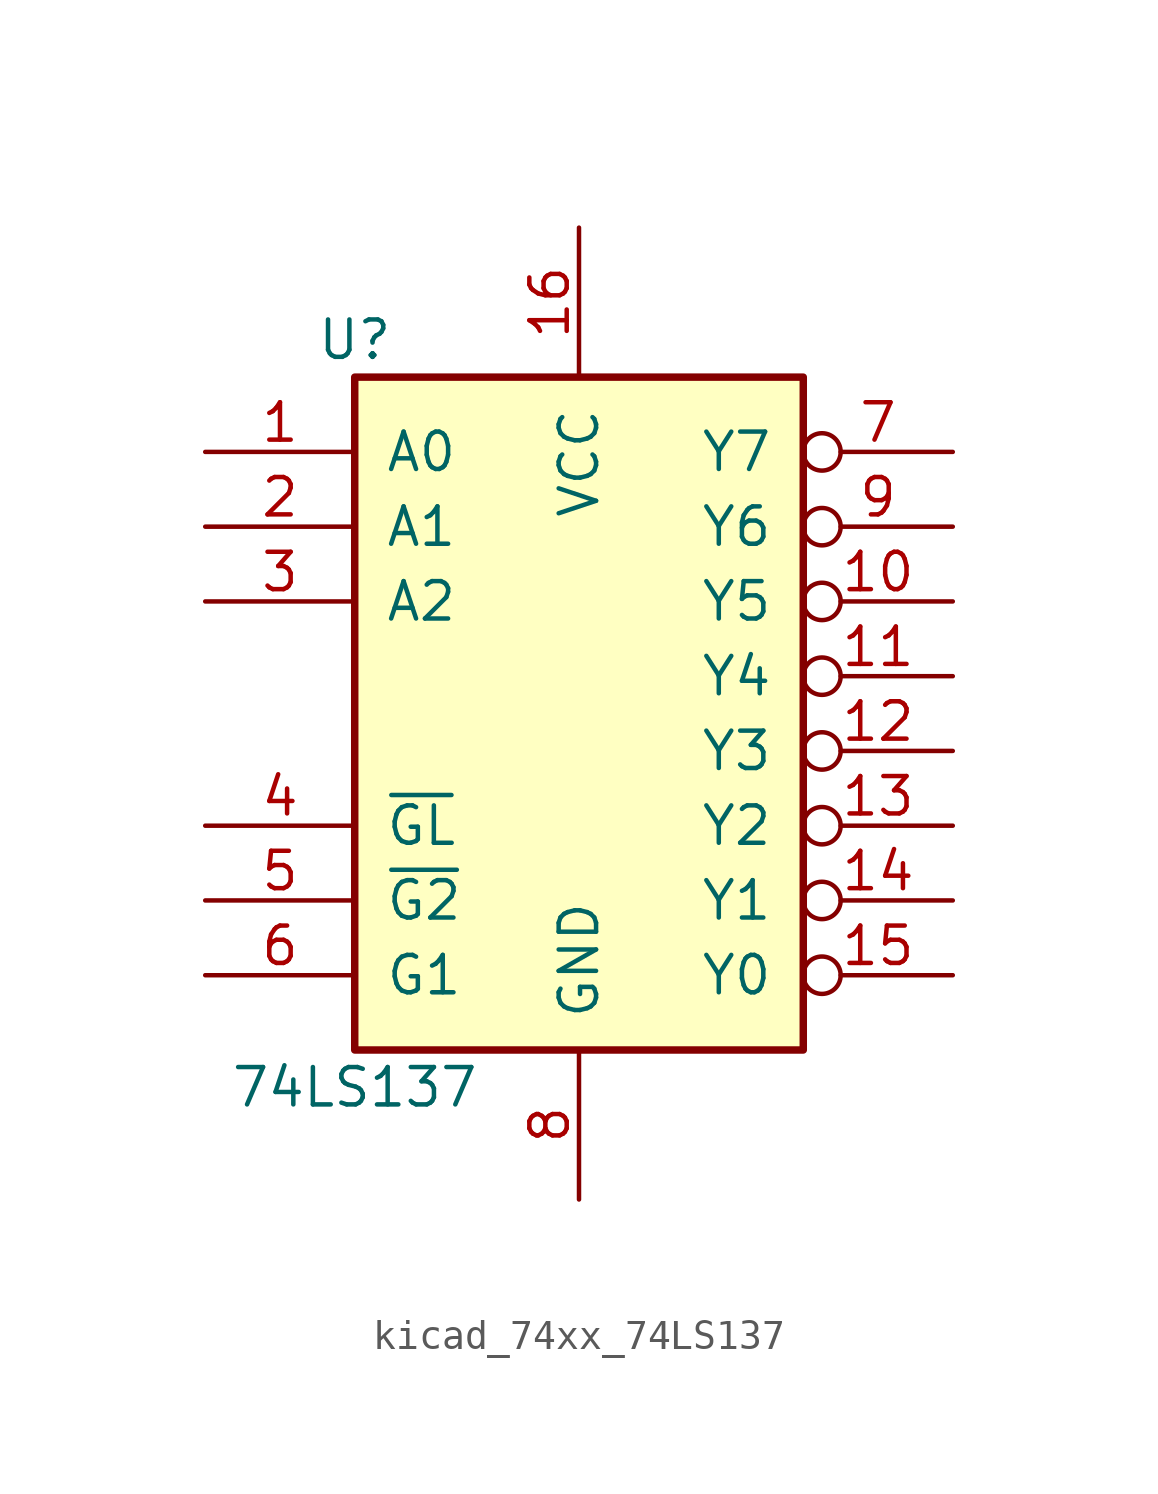
<source format=kicad_sym>
(kicad_symbol_lib
  (version 20220914)
  (generator kicad_symbol_editor)
  (symbol "kicad_74xx_74LS137"
    (pin_names
      (offset 1.016))
    (property "Reference" "U"
      (at -7.62 11.43 0)
      (effects (font (size 1.27 1.27))))
    (property "Value" "74LS137"
      (at -7.62 -13.97 0)
      (effects (font (size 1.27 1.27))))
    (property "ki_locked" ""
      (at 0 0 0)
      (effects (font (size 1.27 1.27))))
    (symbol "kicad_74xx_74LS137_1_0"
      (pin input line (at -12.7 7.62 0) (length 5.08) (name "A0" (effects (font (size 1.27 1.27)))) (number "1" (effects (font (size 1.27 1.27)))))
      (pin output inverted (at 12.7 2.54 180) (length 5.08) (name "Y5" (effects (font (size 1.27 1.27)))) (number "10" (effects (font (size 1.27 1.27)))))
      (pin output inverted (at 12.7 0 180) (length 5.08) (name "Y4" (effects (font (size 1.27 1.27)))) (number "11" (effects (font (size 1.27 1.27)))))
      (pin output inverted (at 12.7 -2.54 180) (length 5.08) (name "Y3" (effects (font (size 1.27 1.27)))) (number "12" (effects (font (size 1.27 1.27)))))
      (pin output inverted (at 12.7 -5.08 180) (length 5.08) (name "Y2" (effects (font (size 1.27 1.27)))) (number "13" (effects (font (size 1.27 1.27)))))
      (pin output inverted (at 12.7 -7.62 180) (length 5.08) (name "Y1" (effects (font (size 1.27 1.27)))) (number "14" (effects (font (size 1.27 1.27)))))
      (pin output inverted (at 12.7 -10.16 180) (length 5.08) (name "Y0" (effects (font (size 1.27 1.27)))) (number "15" (effects (font (size 1.27 1.27)))))
      (pin power_in line (at 0 15.24 270) (length 5.08) (name "VCC" (effects (font (size 1.27 1.27)))) (number "16" (effects (font (size 1.27 1.27)))))
      (pin input line (at -12.7 5.08 0) (length 5.08) (name "A1" (effects (font (size 1.27 1.27)))) (number "2" (effects (font (size 1.27 1.27)))))
      (pin input line (at -12.7 2.54 0) (length 5.08) (name "A2" (effects (font (size 1.27 1.27)))) (number "3" (effects (font (size 1.27 1.27)))))
      (pin input line (at -12.7 -5.08 0) (length 5.08) (name "~{GL}" (effects (font (size 1.27 1.27)))) (number "4" (effects (font (size 1.27 1.27)))))
      (pin input line (at -12.7 -7.62 0) (length 5.08) (name "~{G2}" (effects (font (size 1.27 1.27)))) (number "5" (effects (font (size 1.27 1.27)))))
      (pin input line (at -12.7 -10.16 0) (length 5.08) (name "G1" (effects (font (size 1.27 1.27)))) (number "6" (effects (font (size 1.27 1.27)))))
      (pin output inverted (at 12.7 7.62 180) (length 5.08) (name "Y7" (effects (font (size 1.27 1.27)))) (number "7" (effects (font (size 1.27 1.27)))))
      (pin power_in line (at 0 -17.78 90) (length 5.08) (name "GND" (effects (font (size 1.27 1.27)))) (number "8" (effects (font (size 1.27 1.27)))))
      (pin output inverted (at 12.7 5.08 180) (length 5.08) (name "Y6" (effects (font (size 1.27 1.27)))) (number "9" (effects (font (size 1.27 1.27))))))
    (symbol "kicad_74xx_74LS137_1_1"
      (rectangle (start -7.62 10.16) (end 7.62 -12.7) (stroke (width 0.254) (type default)) (fill (type background))))))
</source>
